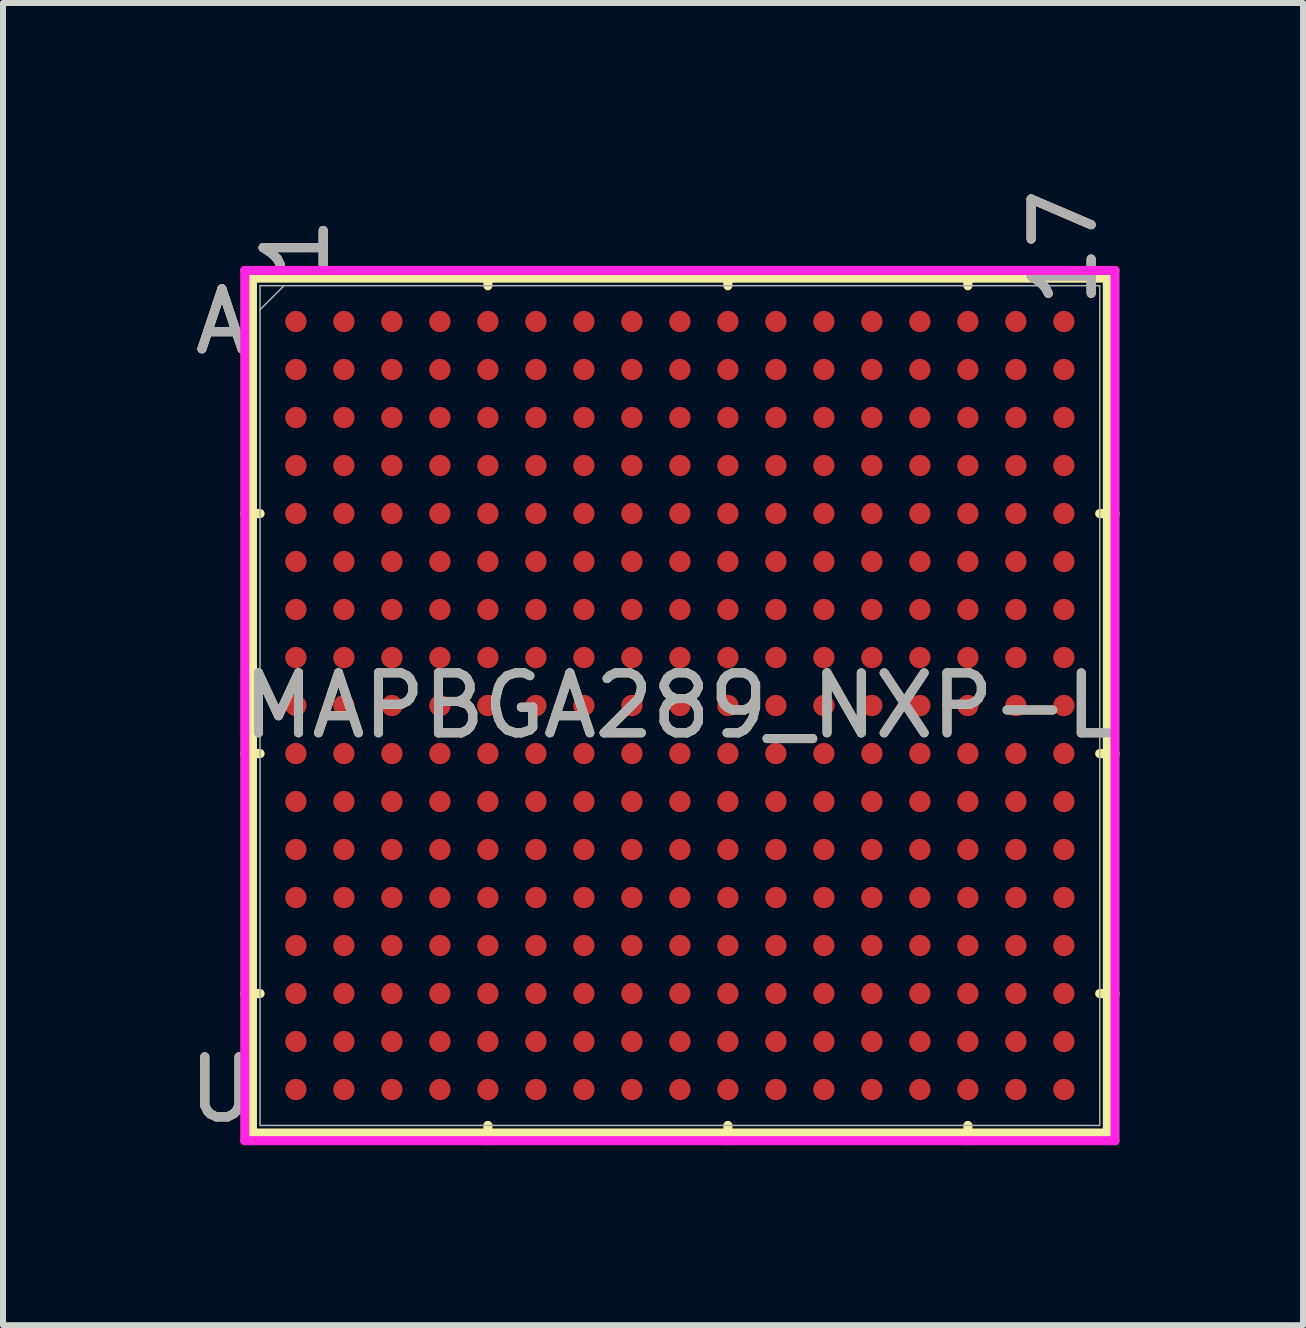
<source format=kicad_pcb>
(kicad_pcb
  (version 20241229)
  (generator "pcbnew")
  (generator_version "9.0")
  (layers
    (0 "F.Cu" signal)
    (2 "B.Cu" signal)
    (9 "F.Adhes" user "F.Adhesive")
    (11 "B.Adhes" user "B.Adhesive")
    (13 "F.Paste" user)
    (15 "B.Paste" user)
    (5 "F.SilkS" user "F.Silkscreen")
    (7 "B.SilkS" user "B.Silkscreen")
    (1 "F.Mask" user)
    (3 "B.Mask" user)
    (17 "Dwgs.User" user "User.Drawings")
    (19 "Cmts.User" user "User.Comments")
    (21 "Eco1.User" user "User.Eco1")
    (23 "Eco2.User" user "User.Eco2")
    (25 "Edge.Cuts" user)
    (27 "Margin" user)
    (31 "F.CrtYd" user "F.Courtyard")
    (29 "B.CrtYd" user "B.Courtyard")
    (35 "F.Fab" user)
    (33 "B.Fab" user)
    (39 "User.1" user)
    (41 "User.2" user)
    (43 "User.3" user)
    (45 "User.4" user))
  (footprint "MAPBGA289_NXP-L"
    (layer "F.Cu")
    (at 8.282 8.71)
    (property "Reference" "MAPBGA289_NXP-L" (at 0 0 0) (unlocked yes) (layer "F.SilkS") (effects (font (size 1 1) (thickness 0.15))))
    (attr smd)
    (fp_line (start -7.125 -7.125) (end -7.125 7.125) (stroke (width 0.152) (type solid)) (layer "F.SilkS"))
    (fp_line (start -7.125 7.125) (end 7.125 7.125) (stroke (width 0.152) (type solid)) (layer "F.SilkS"))
    (fp_line (start -6.998 -3.2) (end -7.252 -3.2) (stroke (width 0.152) (type solid)) (layer "F.SilkS"))
    (fp_line (start -6.998 0.8) (end -7.252 0.8) (stroke (width 0.152) (type solid)) (layer "F.SilkS"))
    (fp_line (start -6.998 4.8) (end -7.252 4.8) (stroke (width 0.152) (type solid)) (layer "F.SilkS"))
    (fp_line (start -3.2 -6.998) (end -3.2 -7.252) (stroke (width 0.152) (type solid)) (layer "F.SilkS"))
    (fp_line (start -3.2 6.998) (end -3.2 7.252) (stroke (width 0.152) (type solid)) (layer "F.SilkS"))
    (fp_line (start 0.8 -6.998) (end 0.8 -7.252) (stroke (width 0.152) (type solid)) (layer "F.SilkS"))
    (fp_line (start 0.8 6.998) (end 0.8 7.252) (stroke (width 0.152) (type solid)) (layer "F.SilkS"))
    (fp_line (start 4.8 -6.998) (end 4.8 -7.252) (stroke (width 0.152) (type solid)) (layer "F.SilkS"))
    (fp_line (start 4.8 6.998) (end 4.8 7.252) (stroke (width 0.152) (type solid)) (layer "F.SilkS"))
    (fp_line (start 6.998 -3.2) (end 7.252 -3.2) (stroke (width 0.152) (type solid)) (layer "F.SilkS"))
    (fp_line (start 6.998 0.8) (end 7.252 0.8) (stroke (width 0.152) (type solid)) (layer "F.SilkS"))
    (fp_line (start 6.998 4.8) (end 7.252 4.8) (stroke (width 0.152) (type solid)) (layer "F.SilkS"))
    (fp_line (start 7.125 -7.125) (end -7.125 -7.125) (stroke (width 0.152) (type solid)) (layer "F.SilkS"))
    (fp_line (start 7.125 7.125) (end 7.125 -7.125) (stroke (width 0.152) (type solid)) (layer "F.SilkS"))
    (fp_poly (pts (xy -7.245 -7.245) (xy 7.245 -7.245) (xy 7.245 7.245) (xy -7.245 7.245)) (stroke (width 0.1) (type solid)) (fill no) (layer "Eco2.User"))
    (fp_line (start -7.252 -7.252) (end 7.252 -7.252) (stroke (width 0.152) (type solid)) (layer "F.CrtYd"))
    (fp_line (start -7.252 7.252) (end -7.252 -7.252) (stroke (width 0.152) (type solid)) (layer "F.CrtYd"))
    (fp_line (start 7.252 -7.252) (end 7.252 7.252) (stroke (width 0.152) (type solid)) (layer "F.CrtYd"))
    (fp_line (start 7.252 7.252) (end -7.252 7.252) (stroke (width 0.152) (type solid)) (layer "F.CrtYd"))
    (fp_line (start -6.998 -6.998) (end -6.998 6.998) (stroke (width 0.025) (type solid)) (layer "F.Fab"))
    (fp_line (start -6.998 6.998) (end 6.998 6.998) (stroke (width 0.025) (type solid)) (layer "F.Fab"))
    (fp_line (start -6.598 -6.998) (end -6.998 -6.598) (stroke (width 0.025) (type solid)) (layer "F.Fab"))
    (fp_line (start 6.998 -6.998) (end -6.998 -6.998) (stroke (width 0.025) (type solid)) (layer "F.Fab"))
    (fp_line (start 6.998 6.998) (end 6.998 -6.998) (stroke (width 0.025) (type solid)) (layer "F.Fab"))
    (fp_text user "U" (at -7.633 6.4 0) (unlocked yes) (layer "F.SilkS") (effects (font (size 1 1) (thickness 0.15))))
    (fp_text user "17" (at 6.4 -7.633 90) (unlocked yes) (layer "F.SilkS") (effects (font (size 1 1) (thickness 0.15))))
    (fp_text user "A" (at -7.633 -6.4 0) (unlocked yes) (layer "F.SilkS") (effects (font (size 1 1) (thickness 0.15))))
    (fp_text user "1" (at -6.4 -7.633 90) (unlocked yes) (layer "F.SilkS") (effects (font (size 1 1) (thickness 0.15))))
    (fp_text user "A" (at -7.633 -6.4 0) (unlocked yes) (layer "B.SilkS") (effects (font (size 1 1) (thickness 0.15))))
    (fp_text user "U" (at -7.633 6.4 0) (unlocked yes) (layer "B.SilkS") (effects (font (size 1 1) (thickness 0.15))))
    (fp_text user "17" (at 6.4 -7.633 90) (unlocked yes) (layer "B.SilkS") (effects (font (size 1 1) (thickness 0.15))))
    (fp_text user "1" (at -6.4 -7.633 90) (unlocked yes) (layer "B.SilkS") (effects (font (size 1 1) (thickness 0.15))))
    (fp_text user "17" (at 6.4 -7.633 90) (unlocked yes) (layer "F.Fab") (effects (font (size 1 1) (thickness 0.15))))
    (fp_text user "${REFERENCE}" (at 0 0 0) (unlocked yes) (layer "F.Fab") (effects (font (size 1 1) (thickness 0.15))))
    (fp_text user "A" (at -7.633 -6.4 0) (unlocked yes) (layer "F.Fab") (effects (font (size 1 1) (thickness 0.15))))
    (fp_text user "U" (at -7.633 6.4 0) (unlocked yes) (layer "F.Fab") (effects (font (size 1 1) (thickness 0.15))))
    (fp_text user "1" (at -6.4 -7.633 90) (unlocked yes) (layer "F.Fab") (effects (font (size 1 1) (thickness 0.15))))
    (pad "A1" smd circle (at -6.4 -6.4) (size 0.356 0.356) (layers "F.Cu" "F.Mask" "F.Paste"))
    (pad "A2" smd circle (at -5.6 -6.4) (size 0.356 0.356) (layers "F.Cu" "F.Mask" "F.Paste"))
    (pad "A3" smd circle (at -4.8 -6.4) (size 0.356 0.356) (layers "F.Cu" "F.Mask" "F.Paste"))
    (pad "A4" smd circle (at -4 -6.4) (size 0.356 0.356) (layers "F.Cu" "F.Mask" "F.Paste"))
    (pad "A5" smd circle (at -3.2 -6.4) (size 0.356 0.356) (layers "F.Cu" "F.Mask" "F.Paste"))
    (pad "A6" smd circle (at -2.4 -6.4) (size 0.356 0.356) (layers "F.Cu" "F.Mask" "F.Paste"))
    (pad "A7" smd circle (at -1.6 -6.4) (size 0.356 0.356) (layers "F.Cu" "F.Mask" "F.Paste"))
    (pad "A8" smd circle (at -0.8 -6.4) (size 0.356 0.356) (layers "F.Cu" "F.Mask" "F.Paste"))
    (pad "A9" smd circle (at 0 -6.4) (size 0.356 0.356) (layers "F.Cu" "F.Mask" "F.Paste"))
    (pad "A10" smd circle (at 0.8 -6.4) (size 0.356 0.356) (layers "F.Cu" "F.Mask" "F.Paste"))
    (pad "A11" smd circle (at 1.6 -6.4) (size 0.356 0.356) (layers "F.Cu" "F.Mask" "F.Paste"))
    (pad "A12" smd circle (at 2.4 -6.4) (size 0.356 0.356) (layers "F.Cu" "F.Mask" "F.Paste"))
    (pad "A13" smd circle (at 3.2 -6.4) (size 0.356 0.356) (layers "F.Cu" "F.Mask" "F.Paste"))
    (pad "A14" smd circle (at 4 -6.4) (size 0.356 0.356) (layers "F.Cu" "F.Mask" "F.Paste"))
    (pad "A15" smd circle (at 4.8 -6.4) (size 0.356 0.356) (layers "F.Cu" "F.Mask" "F.Paste"))
    (pad "A16" smd circle (at 5.6 -6.4) (size 0.356 0.356) (layers "F.Cu" "F.Mask" "F.Paste"))
    (pad "A17" smd circle (at 6.4 -6.4) (size 0.356 0.356) (layers "F.Cu" "F.Mask" "F.Paste"))
    (pad "B1" smd circle (at -6.4 -5.6) (size 0.356 0.356) (layers "F.Cu" "F.Mask" "F.Paste"))
    (pad "B2" smd circle (at -5.6 -5.6) (size 0.356 0.356) (layers "F.Cu" "F.Mask" "F.Paste"))
    (pad "B3" smd circle (at -4.8 -5.6) (size 0.356 0.356) (layers "F.Cu" "F.Mask" "F.Paste"))
    (pad "B4" smd circle (at -4 -5.6) (size 0.356 0.356) (layers "F.Cu" "F.Mask" "F.Paste"))
    (pad "B5" smd circle (at -3.2 -5.6) (size 0.356 0.356) (layers "F.Cu" "F.Mask" "F.Paste"))
    (pad "B6" smd circle (at -2.4 -5.6) (size 0.356 0.356) (layers "F.Cu" "F.Mask" "F.Paste"))
    (pad "B7" smd circle (at -1.6 -5.6) (size 0.356 0.356) (layers "F.Cu" "F.Mask" "F.Paste"))
    (pad "B8" smd circle (at -0.8 -5.6) (size 0.356 0.356) (layers "F.Cu" "F.Mask" "F.Paste"))
    (pad "B9" smd circle (at 0 -5.6) (size 0.356 0.356) (layers "F.Cu" "F.Mask" "F.Paste"))
    (pad "B10" smd circle (at 0.8 -5.6) (size 0.356 0.356) (layers "F.Cu" "F.Mask" "F.Paste"))
    (pad "B11" smd circle (at 1.6 -5.6) (size 0.356 0.356) (layers "F.Cu" "F.Mask" "F.Paste"))
    (pad "B12" smd circle (at 2.4 -5.6) (size 0.356 0.356) (layers "F.Cu" "F.Mask" "F.Paste"))
    (pad "B13" smd circle (at 3.2 -5.6) (size 0.356 0.356) (layers "F.Cu" "F.Mask" "F.Paste"))
    (pad "B14" smd circle (at 4 -5.6) (size 0.356 0.356) (layers "F.Cu" "F.Mask" "F.Paste"))
    (pad "B15" smd circle (at 4.8 -5.6) (size 0.356 0.356) (layers "F.Cu" "F.Mask" "F.Paste"))
    (pad "B16" smd circle (at 5.6 -5.6) (size 0.356 0.356) (layers "F.Cu" "F.Mask" "F.Paste"))
    (pad "B17" smd circle (at 6.4 -5.6) (size 0.356 0.356) (layers "F.Cu" "F.Mask" "F.Paste"))
    (pad "C1" smd circle (at -6.4 -4.8) (size 0.356 0.356) (layers "F.Cu" "F.Mask" "F.Paste"))
    (pad "C2" smd circle (at -5.6 -4.8) (size 0.356 0.356) (layers "F.Cu" "F.Mask" "F.Paste"))
    (pad "C3" smd circle (at -4.8 -4.8) (size 0.356 0.356) (layers "F.Cu" "F.Mask" "F.Paste"))
    (pad "C4" smd circle (at -4 -4.8) (size 0.356 0.356) (layers "F.Cu" "F.Mask" "F.Paste"))
    (pad "C5" smd circle (at -3.2 -4.8) (size 0.356 0.356) (layers "F.Cu" "F.Mask" "F.Paste"))
    (pad "C6" smd circle (at -2.4 -4.8) (size 0.356 0.356) (layers "F.Cu" "F.Mask" "F.Paste"))
    (pad "C7" smd circle (at -1.6 -4.8) (size 0.356 0.356) (layers "F.Cu" "F.Mask" "F.Paste"))
    (pad "C8" smd circle (at -0.8 -4.8) (size 0.356 0.356) (layers "F.Cu" "F.Mask" "F.Paste"))
    (pad "C9" smd circle (at 0 -4.8) (size 0.356 0.356) (layers "F.Cu" "F.Mask" "F.Paste"))
    (pad "C10" smd circle (at 0.8 -4.8) (size 0.356 0.356) (layers "F.Cu" "F.Mask" "F.Paste"))
    (pad "C11" smd circle (at 1.6 -4.8) (size 0.356 0.356) (layers "F.Cu" "F.Mask" "F.Paste"))
    (pad "C12" smd circle (at 2.4 -4.8) (size 0.356 0.356) (layers "F.Cu" "F.Mask" "F.Paste"))
    (pad "C13" smd circle (at 3.2 -4.8) (size 0.356 0.356) (layers "F.Cu" "F.Mask" "F.Paste"))
    (pad "C14" smd circle (at 4 -4.8) (size 0.356 0.356) (layers "F.Cu" "F.Mask" "F.Paste"))
    (pad "C15" smd circle (at 4.8 -4.8) (size 0.356 0.356) (layers "F.Cu" "F.Mask" "F.Paste"))
    (pad "C16" smd circle (at 5.6 -4.8) (size 0.356 0.356) (layers "F.Cu" "F.Mask" "F.Paste"))
    (pad "C17" smd circle (at 6.4 -4.8) (size 0.356 0.356) (layers "F.Cu" "F.Mask" "F.Paste"))
    (pad "D1" smd circle (at -6.4 -4) (size 0.356 0.356) (layers "F.Cu" "F.Mask" "F.Paste"))
    (pad "D2" smd circle (at -5.6 -4) (size 0.356 0.356) (layers "F.Cu" "F.Mask" "F.Paste"))
    (pad "D3" smd circle (at -4.8 -4) (size 0.356 0.356) (layers "F.Cu" "F.Mask" "F.Paste"))
    (pad "D4" smd circle (at -4 -4) (size 0.356 0.356) (layers "F.Cu" "F.Mask" "F.Paste"))
    (pad "D5" smd circle (at -3.2 -4) (size 0.356 0.356) (layers "F.Cu" "F.Mask" "F.Paste"))
    (pad "D6" smd circle (at -2.4 -4) (size 0.356 0.356) (layers "F.Cu" "F.Mask" "F.Paste"))
    (pad "D7" smd circle (at -1.6 -4) (size 0.356 0.356) (layers "F.Cu" "F.Mask" "F.Paste"))
    (pad "D8" smd circle (at -0.8 -4) (size 0.356 0.356) (layers "F.Cu" "F.Mask" "F.Paste"))
    (pad "D9" smd circle (at 0 -4) (size 0.356 0.356) (layers "F.Cu" "F.Mask" "F.Paste"))
    (pad "D10" smd circle (at 0.8 -4) (size 0.356 0.356) (layers "F.Cu" "F.Mask" "F.Paste"))
    (pad "D11" smd circle (at 1.6 -4) (size 0.356 0.356) (layers "F.Cu" "F.Mask" "F.Paste"))
    (pad "D12" smd circle (at 2.4 -4) (size 0.356 0.356) (layers "F.Cu" "F.Mask" "F.Paste"))
    (pad "D13" smd circle (at 3.2 -4) (size 0.356 0.356) (layers "F.Cu" "F.Mask" "F.Paste"))
    (pad "D14" smd circle (at 4 -4) (size 0.356 0.356) (layers "F.Cu" "F.Mask" "F.Paste"))
    (pad "D15" smd circle (at 4.8 -4) (size 0.356 0.356) (layers "F.Cu" "F.Mask" "F.Paste"))
    (pad "D16" smd circle (at 5.6 -4) (size 0.356 0.356) (layers "F.Cu" "F.Mask" "F.Paste"))
    (pad "D17" smd circle (at 6.4 -4) (size 0.356 0.356) (layers "F.Cu" "F.Mask" "F.Paste"))
    (pad "E1" smd circle (at -6.4 -3.2) (size 0.356 0.356) (layers "F.Cu" "F.Mask" "F.Paste"))
    (pad "E2" smd circle (at -5.6 -3.2) (size 0.356 0.356) (layers "F.Cu" "F.Mask" "F.Paste"))
    (pad "E3" smd circle (at -4.8 -3.2) (size 0.356 0.356) (layers "F.Cu" "F.Mask" "F.Paste"))
    (pad "E4" smd circle (at -4 -3.2) (size 0.356 0.356) (layers "F.Cu" "F.Mask" "F.Paste"))
    (pad "E5" smd circle (at -3.2 -3.2) (size 0.356 0.356) (layers "F.Cu" "F.Mask" "F.Paste"))
    (pad "E6" smd circle (at -2.4 -3.2) (size 0.356 0.356) (layers "F.Cu" "F.Mask" "F.Paste"))
    (pad "E7" smd circle (at -1.6 -3.2) (size 0.356 0.356) (layers "F.Cu" "F.Mask" "F.Paste"))
    (pad "E8" smd circle (at -0.8 -3.2) (size 0.356 0.356) (layers "F.Cu" "F.Mask" "F.Paste"))
    (pad "E9" smd circle (at 0 -3.2) (size 0.356 0.356) (layers "F.Cu" "F.Mask" "F.Paste"))
    (pad "E10" smd circle (at 0.8 -3.2) (size 0.356 0.356) (layers "F.Cu" "F.Mask" "F.Paste"))
    (pad "E11" smd circle (at 1.6 -3.2) (size 0.356 0.356) (layers "F.Cu" "F.Mask" "F.Paste"))
    (pad "E12" smd circle (at 2.4 -3.2) (size 0.356 0.356) (layers "F.Cu" "F.Mask" "F.Paste"))
    (pad "E13" smd circle (at 3.2 -3.2) (size 0.356 0.356) (layers "F.Cu" "F.Mask" "F.Paste"))
    (pad "E14" smd circle (at 4 -3.2) (size 0.356 0.356) (layers "F.Cu" "F.Mask" "F.Paste"))
    (pad "E15" smd circle (at 4.8 -3.2) (size 0.356 0.356) (layers "F.Cu" "F.Mask" "F.Paste"))
    (pad "E16" smd circle (at 5.6 -3.2) (size 0.356 0.356) (layers "F.Cu" "F.Mask" "F.Paste"))
    (pad "E17" smd circle (at 6.4 -3.2) (size 0.356 0.356) (layers "F.Cu" "F.Mask" "F.Paste"))
    (pad "F1" smd circle (at -6.4 -2.4) (size 0.356 0.356) (layers "F.Cu" "F.Mask" "F.Paste"))
    (pad "F2" smd circle (at -5.6 -2.4) (size 0.356 0.356) (layers "F.Cu" "F.Mask" "F.Paste"))
    (pad "F3" smd circle (at -4.8 -2.4) (size 0.356 0.356) (layers "F.Cu" "F.Mask" "F.Paste"))
    (pad "F4" smd circle (at -4 -2.4) (size 0.356 0.356) (layers "F.Cu" "F.Mask" "F.Paste"))
    (pad "F5" smd circle (at -3.2 -2.4) (size 0.356 0.356) (layers "F.Cu" "F.Mask" "F.Paste"))
    (pad "F6" smd circle (at -2.4 -2.4) (size 0.356 0.356) (layers "F.Cu" "F.Mask" "F.Paste"))
    (pad "F7" smd circle (at -1.6 -2.4) (size 0.356 0.356) (layers "F.Cu" "F.Mask" "F.Paste"))
    (pad "F8" smd circle (at -0.8 -2.4) (size 0.356 0.356) (layers "F.Cu" "F.Mask" "F.Paste"))
    (pad "F9" smd circle (at 0 -2.4) (size 0.356 0.356) (layers "F.Cu" "F.Mask" "F.Paste"))
    (pad "F10" smd circle (at 0.8 -2.4) (size 0.356 0.356) (layers "F.Cu" "F.Mask" "F.Paste"))
    (pad "F11" smd circle (at 1.6 -2.4) (size 0.356 0.356) (layers "F.Cu" "F.Mask" "F.Paste"))
    (pad "F12" smd circle (at 2.4 -2.4) (size 0.356 0.356) (layers "F.Cu" "F.Mask" "F.Paste"))
    (pad "F13" smd circle (at 3.2 -2.4) (size 0.356 0.356) (layers "F.Cu" "F.Mask" "F.Paste"))
    (pad "F14" smd circle (at 4 -2.4) (size 0.356 0.356) (layers "F.Cu" "F.Mask" "F.Paste"))
    (pad "F15" smd circle (at 4.8 -2.4) (size 0.356 0.356) (layers "F.Cu" "F.Mask" "F.Paste"))
    (pad "F16" smd circle (at 5.6 -2.4) (size 0.356 0.356) (layers "F.Cu" "F.Mask" "F.Paste"))
    (pad "F17" smd circle (at 6.4 -2.4) (size 0.356 0.356) (layers "F.Cu" "F.Mask" "F.Paste"))
    (pad "G1" smd circle (at -6.4 -1.6) (size 0.356 0.356) (layers "F.Cu" "F.Mask" "F.Paste"))
    (pad "G2" smd circle (at -5.6 -1.6) (size 0.356 0.356) (layers "F.Cu" "F.Mask" "F.Paste"))
    (pad "G3" smd circle (at -4.8 -1.6) (size 0.356 0.356) (layers "F.Cu" "F.Mask" "F.Paste"))
    (pad "G4" smd circle (at -4 -1.6) (size 0.356 0.356) (layers "F.Cu" "F.Mask" "F.Paste"))
    (pad "G5" smd circle (at -3.2 -1.6) (size 0.356 0.356) (layers "F.Cu" "F.Mask" "F.Paste"))
    (pad "G6" smd circle (at -2.4 -1.6) (size 0.356 0.356) (layers "F.Cu" "F.Mask" "F.Paste"))
    (pad "G7" smd circle (at -1.6 -1.6) (size 0.356 0.356) (layers "F.Cu" "F.Mask" "F.Paste"))
    (pad "G8" smd circle (at -0.8 -1.6) (size 0.356 0.356) (layers "F.Cu" "F.Mask" "F.Paste"))
    (pad "G9" smd circle (at 0 -1.6) (size 0.356 0.356) (layers "F.Cu" "F.Mask" "F.Paste"))
    (pad "G10" smd circle (at 0.8 -1.6) (size 0.356 0.356) (layers "F.Cu" "F.Mask" "F.Paste"))
    (pad "G11" smd circle (at 1.6 -1.6) (size 0.356 0.356) (layers "F.Cu" "F.Mask" "F.Paste"))
    (pad "G12" smd circle (at 2.4 -1.6) (size 0.356 0.356) (layers "F.Cu" "F.Mask" "F.Paste"))
    (pad "G13" smd circle (at 3.2 -1.6) (size 0.356 0.356) (layers "F.Cu" "F.Mask" "F.Paste"))
    (pad "G14" smd circle (at 4 -1.6) (size 0.356 0.356) (layers "F.Cu" "F.Mask" "F.Paste"))
    (pad "G15" smd circle (at 4.8 -1.6) (size 0.356 0.356) (layers "F.Cu" "F.Mask" "F.Paste"))
    (pad "G16" smd circle (at 5.6 -1.6) (size 0.356 0.356) (layers "F.Cu" "F.Mask" "F.Paste"))
    (pad "G17" smd circle (at 6.4 -1.6) (size 0.356 0.356) (layers "F.Cu" "F.Mask" "F.Paste"))
    (pad "H1" smd circle (at -6.4 -0.8) (size 0.356 0.356) (layers "F.Cu" "F.Mask" "F.Paste"))
    (pad "H2" smd circle (at -5.6 -0.8) (size 0.356 0.356) (layers "F.Cu" "F.Mask" "F.Paste"))
    (pad "H3" smd circle (at -4.8 -0.8) (size 0.356 0.356) (layers "F.Cu" "F.Mask" "F.Paste"))
    (pad "H4" smd circle (at -4 -0.8) (size 0.356 0.356) (layers "F.Cu" "F.Mask" "F.Paste"))
    (pad "H5" smd circle (at -3.2 -0.8) (size 0.356 0.356) (layers "F.Cu" "F.Mask" "F.Paste"))
    (pad "H6" smd circle (at -2.4 -0.8) (size 0.356 0.356) (layers "F.Cu" "F.Mask" "F.Paste"))
    (pad "H7" smd circle (at -1.6 -0.8) (size 0.356 0.356) (layers "F.Cu" "F.Mask" "F.Paste"))
    (pad "H8" smd circle (at -0.8 -0.8) (size 0.356 0.356) (layers "F.Cu" "F.Mask" "F.Paste"))
    (pad "H9" smd circle (at 0 -0.8) (size 0.356 0.356) (layers "F.Cu" "F.Mask" "F.Paste"))
    (pad "H10" smd circle (at 0.8 -0.8) (size 0.356 0.356) (layers "F.Cu" "F.Mask" "F.Paste"))
    (pad "H11" smd circle (at 1.6 -0.8) (size 0.356 0.356) (layers "F.Cu" "F.Mask" "F.Paste"))
    (pad "H12" smd circle (at 2.4 -0.8) (size 0.356 0.356) (layers "F.Cu" "F.Mask" "F.Paste"))
    (pad "H13" smd circle (at 3.2 -0.8) (size 0.356 0.356) (layers "F.Cu" "F.Mask" "F.Paste"))
    (pad "H14" smd circle (at 4 -0.8) (size 0.356 0.356) (layers "F.Cu" "F.Mask" "F.Paste"))
    (pad "H15" smd circle (at 4.8 -0.8) (size 0.356 0.356) (layers "F.Cu" "F.Mask" "F.Paste"))
    (pad "H16" smd circle (at 5.6 -0.8) (size 0.356 0.356) (layers "F.Cu" "F.Mask" "F.Paste"))
    (pad "H17" smd circle (at 6.4 -0.8) (size 0.356 0.356) (layers "F.Cu" "F.Mask" "F.Paste"))
    (pad "J1" smd circle (at -6.4 0) (size 0.356 0.356) (layers "F.Cu" "F.Mask" "F.Paste"))
    (pad "J2" smd circle (at -5.6 0) (size 0.356 0.356) (layers "F.Cu" "F.Mask" "F.Paste"))
    (pad "J3" smd circle (at -4.8 0) (size 0.356 0.356) (layers "F.Cu" "F.Mask" "F.Paste"))
    (pad "J4" smd circle (at -4 0) (size 0.356 0.356) (layers "F.Cu" "F.Mask" "F.Paste"))
    (pad "J5" smd circle (at -3.2 0) (size 0.356 0.356) (layers "F.Cu" "F.Mask" "F.Paste"))
    (pad "J6" smd circle (at -2.4 0) (size 0.356 0.356) (layers "F.Cu" "F.Mask" "F.Paste"))
    (pad "J7" smd circle (at -1.6 0) (size 0.356 0.356) (layers "F.Cu" "F.Mask" "F.Paste"))
    (pad "J8" smd circle (at -0.8 0) (size 0.356 0.356) (layers "F.Cu" "F.Mask" "F.Paste"))
    (pad "J9" smd circle (at 0 0) (size 0.356 0.356) (layers "F.Cu" "F.Mask" "F.Paste"))
    (pad "J10" smd circle (at 0.8 0) (size 0.356 0.356) (layers "F.Cu" "F.Mask" "F.Paste"))
    (pad "J11" smd circle (at 1.6 0) (size 0.356 0.356) (layers "F.Cu" "F.Mask" "F.Paste"))
    (pad "J12" smd circle (at 2.4 0) (size 0.356 0.356) (layers "F.Cu" "F.Mask" "F.Paste"))
    (pad "J13" smd circle (at 3.2 0) (size 0.356 0.356) (layers "F.Cu" "F.Mask" "F.Paste"))
    (pad "J14" smd circle (at 4 0) (size 0.356 0.356) (layers "F.Cu" "F.Mask" "F.Paste"))
    (pad "J15" smd circle (at 4.8 0) (size 0.356 0.356) (layers "F.Cu" "F.Mask" "F.Paste"))
    (pad "J16" smd circle (at 5.6 0) (size 0.356 0.356) (layers "F.Cu" "F.Mask" "F.Paste"))
    (pad "J17" smd circle (at 6.4 0) (size 0.356 0.356) (layers "F.Cu" "F.Mask" "F.Paste"))
    (pad "K1" smd circle (at -6.4 0.8) (size 0.356 0.356) (layers "F.Cu" "F.Mask" "F.Paste"))
    (pad "K2" smd circle (at -5.6 0.8) (size 0.356 0.356) (layers "F.Cu" "F.Mask" "F.Paste"))
    (pad "K3" smd circle (at -4.8 0.8) (size 0.356 0.356) (layers "F.Cu" "F.Mask" "F.Paste"))
    (pad "K4" smd circle (at -4 0.8) (size 0.356 0.356) (layers "F.Cu" "F.Mask" "F.Paste"))
    (pad "K5" smd circle (at -3.2 0.8) (size 0.356 0.356) (layers "F.Cu" "F.Mask" "F.Paste"))
    (pad "K6" smd circle (at -2.4 0.8) (size 0.356 0.356) (layers "F.Cu" "F.Mask" "F.Paste"))
    (pad "K7" smd circle (at -1.6 0.8) (size 0.356 0.356) (layers "F.Cu" "F.Mask" "F.Paste"))
    (pad "K8" smd circle (at -0.8 0.8) (size 0.356 0.356) (layers "F.Cu" "F.Mask" "F.Paste"))
    (pad "K9" smd circle (at 0 0.8) (size 0.356 0.356) (layers "F.Cu" "F.Mask" "F.Paste"))
    (pad "K10" smd circle (at 0.8 0.8) (size 0.356 0.356) (layers "F.Cu" "F.Mask" "F.Paste"))
    (pad "K11" smd circle (at 1.6 0.8) (size 0.356 0.356) (layers "F.Cu" "F.Mask" "F.Paste"))
    (pad "K12" smd circle (at 2.4 0.8) (size 0.356 0.356) (layers "F.Cu" "F.Mask" "F.Paste"))
    (pad "K13" smd circle (at 3.2 0.8) (size 0.356 0.356) (layers "F.Cu" "F.Mask" "F.Paste"))
    (pad "K14" smd circle (at 4 0.8) (size 0.356 0.356) (layers "F.Cu" "F.Mask" "F.Paste"))
    (pad "K15" smd circle (at 4.8 0.8) (size 0.356 0.356) (layers "F.Cu" "F.Mask" "F.Paste"))
    (pad "K16" smd circle (at 5.6 0.8) (size 0.356 0.356) (layers "F.Cu" "F.Mask" "F.Paste"))
    (pad "K17" smd circle (at 6.4 0.8) (size 0.356 0.356) (layers "F.Cu" "F.Mask" "F.Paste"))
    (pad "L1" smd circle (at -6.4 1.6) (size 0.356 0.356) (layers "F.Cu" "F.Mask" "F.Paste"))
    (pad "L2" smd circle (at -5.6 1.6) (size 0.356 0.356) (layers "F.Cu" "F.Mask" "F.Paste"))
    (pad "L3" smd circle (at -4.8 1.6) (size 0.356 0.356) (layers "F.Cu" "F.Mask" "F.Paste"))
    (pad "L4" smd circle (at -4 1.6) (size 0.356 0.356) (layers "F.Cu" "F.Mask" "F.Paste"))
    (pad "L5" smd circle (at -3.2 1.6) (size 0.356 0.356) (layers "F.Cu" "F.Mask" "F.Paste"))
    (pad "L6" smd circle (at -2.4 1.6) (size 0.356 0.356) (layers "F.Cu" "F.Mask" "F.Paste"))
    (pad "L7" smd circle (at -1.6 1.6) (size 0.356 0.356) (layers "F.Cu" "F.Mask" "F.Paste"))
    (pad "L8" smd circle (at -0.8 1.6) (size 0.356 0.356) (layers "F.Cu" "F.Mask" "F.Paste"))
    (pad "L9" smd circle (at 0 1.6) (size 0.356 0.356) (layers "F.Cu" "F.Mask" "F.Paste"))
    (pad "L10" smd circle (at 0.8 1.6) (size 0.356 0.356) (layers "F.Cu" "F.Mask" "F.Paste"))
    (pad "L11" smd circle (at 1.6 1.6) (size 0.356 0.356) (layers "F.Cu" "F.Mask" "F.Paste"))
    (pad "L12" smd circle (at 2.4 1.6) (size 0.356 0.356) (layers "F.Cu" "F.Mask" "F.Paste"))
    (pad "L13" smd circle (at 3.2 1.6) (size 0.356 0.356) (layers "F.Cu" "F.Mask" "F.Paste"))
    (pad "L14" smd circle (at 4 1.6) (size 0.356 0.356) (layers "F.Cu" "F.Mask" "F.Paste"))
    (pad "L15" smd circle (at 4.8 1.6) (size 0.356 0.356) (layers "F.Cu" "F.Mask" "F.Paste"))
    (pad "L16" smd circle (at 5.6 1.6) (size 0.356 0.356) (layers "F.Cu" "F.Mask" "F.Paste"))
    (pad "L17" smd circle (at 6.4 1.6) (size 0.356 0.356) (layers "F.Cu" "F.Mask" "F.Paste"))
    (pad "M1" smd circle (at -6.4 2.4) (size 0.356 0.356) (layers "F.Cu" "F.Mask" "F.Paste"))
    (pad "M2" smd circle (at -5.6 2.4) (size 0.356 0.356) (layers "F.Cu" "F.Mask" "F.Paste"))
    (pad "M3" smd circle (at -4.8 2.4) (size 0.356 0.356) (layers "F.Cu" "F.Mask" "F.Paste"))
    (pad "M4" smd circle (at -4 2.4) (size 0.356 0.356) (layers "F.Cu" "F.Mask" "F.Paste"))
    (pad "M5" smd circle (at -3.2 2.4) (size 0.356 0.356) (layers "F.Cu" "F.Mask" "F.Paste"))
    (pad "M6" smd circle (at -2.4 2.4) (size 0.356 0.356) (layers "F.Cu" "F.Mask" "F.Paste"))
    (pad "M7" smd circle (at -1.6 2.4) (size 0.356 0.356) (layers "F.Cu" "F.Mask" "F.Paste"))
    (pad "M8" smd circle (at -0.8 2.4) (size 0.356 0.356) (layers "F.Cu" "F.Mask" "F.Paste"))
    (pad "M9" smd circle (at 0 2.4) (size 0.356 0.356) (layers "F.Cu" "F.Mask" "F.Paste"))
    (pad "M10" smd circle (at 0.8 2.4) (size 0.356 0.356) (layers "F.Cu" "F.Mask" "F.Paste"))
    (pad "M11" smd circle (at 1.6 2.4) (size 0.356 0.356) (layers "F.Cu" "F.Mask" "F.Paste"))
    (pad "M12" smd circle (at 2.4 2.4) (size 0.356 0.356) (layers "F.Cu" "F.Mask" "F.Paste"))
    (pad "M13" smd circle (at 3.2 2.4) (size 0.356 0.356) (layers "F.Cu" "F.Mask" "F.Paste"))
    (pad "M14" smd circle (at 4 2.4) (size 0.356 0.356) (layers "F.Cu" "F.Mask" "F.Paste"))
    (pad "M15" smd circle (at 4.8 2.4) (size 0.356 0.356) (layers "F.Cu" "F.Mask" "F.Paste"))
    (pad "M16" smd circle (at 5.6 2.4) (size 0.356 0.356) (layers "F.Cu" "F.Mask" "F.Paste"))
    (pad "M17" smd circle (at 6.4 2.4) (size 0.356 0.356) (layers "F.Cu" "F.Mask" "F.Paste"))
    (pad "N1" smd circle (at -6.4 3.2) (size 0.356 0.356) (layers "F.Cu" "F.Mask" "F.Paste"))
    (pad "N2" smd circle (at -5.6 3.2) (size 0.356 0.356) (layers "F.Cu" "F.Mask" "F.Paste"))
    (pad "N3" smd circle (at -4.8 3.2) (size 0.356 0.356) (layers "F.Cu" "F.Mask" "F.Paste"))
    (pad "N4" smd circle (at -4 3.2) (size 0.356 0.356) (layers "F.Cu" "F.Mask" "F.Paste"))
    (pad "N5" smd circle (at -3.2 3.2) (size 0.356 0.356) (layers "F.Cu" "F.Mask" "F.Paste"))
    (pad "N6" smd circle (at -2.4 3.2) (size 0.356 0.356) (layers "F.Cu" "F.Mask" "F.Paste"))
    (pad "N7" smd circle (at -1.6 3.2) (size 0.356 0.356) (layers "F.Cu" "F.Mask" "F.Paste"))
    (pad "N8" smd circle (at -0.8 3.2) (size 0.356 0.356) (layers "F.Cu" "F.Mask" "F.Paste"))
    (pad "N9" smd circle (at 0 3.2) (size 0.356 0.356) (layers "F.Cu" "F.Mask" "F.Paste"))
    (pad "N10" smd circle (at 0.8 3.2) (size 0.356 0.356) (layers "F.Cu" "F.Mask" "F.Paste"))
    (pad "N11" smd circle (at 1.6 3.2) (size 0.356 0.356) (layers "F.Cu" "F.Mask" "F.Paste"))
    (pad "N12" smd circle (at 2.4 3.2) (size 0.356 0.356) (layers "F.Cu" "F.Mask" "F.Paste"))
    (pad "N13" smd circle (at 3.2 3.2) (size 0.356 0.356) (layers "F.Cu" "F.Mask" "F.Paste"))
    (pad "N14" smd circle (at 4 3.2) (size 0.356 0.356) (layers "F.Cu" "F.Mask" "F.Paste"))
    (pad "N15" smd circle (at 4.8 3.2) (size 0.356 0.356) (layers "F.Cu" "F.Mask" "F.Paste"))
    (pad "N16" smd circle (at 5.6 3.2) (size 0.356 0.356) (layers "F.Cu" "F.Mask" "F.Paste"))
    (pad "N17" smd circle (at 6.4 3.2) (size 0.356 0.356) (layers "F.Cu" "F.Mask" "F.Paste"))
    (pad "P1" smd circle (at -6.4 4) (size 0.356 0.356) (layers "F.Cu" "F.Mask" "F.Paste"))
    (pad "P2" smd circle (at -5.6 4) (size 0.356 0.356) (layers "F.Cu" "F.Mask" "F.Paste"))
    (pad "P3" smd circle (at -4.8 4) (size 0.356 0.356) (layers "F.Cu" "F.Mask" "F.Paste"))
    (pad "P4" smd circle (at -4 4) (size 0.356 0.356) (layers "F.Cu" "F.Mask" "F.Paste"))
    (pad "P5" smd circle (at -3.2 4) (size 0.356 0.356) (layers "F.Cu" "F.Mask" "F.Paste"))
    (pad "P6" smd circle (at -2.4 4) (size 0.356 0.356) (layers "F.Cu" "F.Mask" "F.Paste"))
    (pad "P7" smd circle (at -1.6 4) (size 0.356 0.356) (layers "F.Cu" "F.Mask" "F.Paste"))
    (pad "P8" smd circle (at -0.8 4) (size 0.356 0.356) (layers "F.Cu" "F.Mask" "F.Paste"))
    (pad "P9" smd circle (at 0 4) (size 0.356 0.356) (layers "F.Cu" "F.Mask" "F.Paste"))
    (pad "P10" smd circle (at 0.8 4) (size 0.356 0.356) (layers "F.Cu" "F.Mask" "F.Paste"))
    (pad "P11" smd circle (at 1.6 4) (size 0.356 0.356) (layers "F.Cu" "F.Mask" "F.Paste"))
    (pad "P12" smd circle (at 2.4 4) (size 0.356 0.356) (layers "F.Cu" "F.Mask" "F.Paste"))
    (pad "P13" smd circle (at 3.2 4) (size 0.356 0.356) (layers "F.Cu" "F.Mask" "F.Paste"))
    (pad "P14" smd circle (at 4 4) (size 0.356 0.356) (layers "F.Cu" "F.Mask" "F.Paste"))
    (pad "P15" smd circle (at 4.8 4) (size 0.356 0.356) (layers "F.Cu" "F.Mask" "F.Paste"))
    (pad "P16" smd circle (at 5.6 4) (size 0.356 0.356) (layers "F.Cu" "F.Mask" "F.Paste"))
    (pad "P17" smd circle (at 6.4 4) (size 0.356 0.356) (layers "F.Cu" "F.Mask" "F.Paste"))
    (pad "R1" smd circle (at -6.4 4.8) (size 0.356 0.356) (layers "F.Cu" "F.Mask" "F.Paste"))
    (pad "R2" smd circle (at -5.6 4.8) (size 0.356 0.356) (layers "F.Cu" "F.Mask" "F.Paste"))
    (pad "R3" smd circle (at -4.8 4.8) (size 0.356 0.356) (layers "F.Cu" "F.Mask" "F.Paste"))
    (pad "R4" smd circle (at -4 4.8) (size 0.356 0.356) (layers "F.Cu" "F.Mask" "F.Paste"))
    (pad "R5" smd circle (at -3.2 4.8) (size 0.356 0.356) (layers "F.Cu" "F.Mask" "F.Paste"))
    (pad "R6" smd circle (at -2.4 4.8) (size 0.356 0.356) (layers "F.Cu" "F.Mask" "F.Paste"))
    (pad "R7" smd circle (at -1.6 4.8) (size 0.356 0.356) (layers "F.Cu" "F.Mask" "F.Paste"))
    (pad "R8" smd circle (at -0.8 4.8) (size 0.356 0.356) (layers "F.Cu" "F.Mask" "F.Paste"))
    (pad "R9" smd circle (at 0 4.8) (size 0.356 0.356) (layers "F.Cu" "F.Mask" "F.Paste"))
    (pad "R10" smd circle (at 0.8 4.8) (size 0.356 0.356) (layers "F.Cu" "F.Mask" "F.Paste"))
    (pad "R11" smd circle (at 1.6 4.8) (size 0.356 0.356) (layers "F.Cu" "F.Mask" "F.Paste"))
    (pad "R12" smd circle (at 2.4 4.8) (size 0.356 0.356) (layers "F.Cu" "F.Mask" "F.Paste"))
    (pad "R13" smd circle (at 3.2 4.8) (size 0.356 0.356) (layers "F.Cu" "F.Mask" "F.Paste"))
    (pad "R14" smd circle (at 4 4.8) (size 0.356 0.356) (layers "F.Cu" "F.Mask" "F.Paste"))
    (pad "R15" smd circle (at 4.8 4.8) (size 0.356 0.356) (layers "F.Cu" "F.Mask" "F.Paste"))
    (pad "R16" smd circle (at 5.6 4.8) (size 0.356 0.356) (layers "F.Cu" "F.Mask" "F.Paste"))
    (pad "R17" smd circle (at 6.4 4.8) (size 0.356 0.356) (layers "F.Cu" "F.Mask" "F.Paste"))
    (pad "T1" smd circle (at -6.4 5.6) (size 0.356 0.356) (layers "F.Cu" "F.Mask" "F.Paste"))
    (pad "T2" smd circle (at -5.6 5.6) (size 0.356 0.356) (layers "F.Cu" "F.Mask" "F.Paste"))
    (pad "T3" smd circle (at -4.8 5.6) (size 0.356 0.356) (layers "F.Cu" "F.Mask" "F.Paste"))
    (pad "T4" smd circle (at -4 5.6) (size 0.356 0.356) (layers "F.Cu" "F.Mask" "F.Paste"))
    (pad "T5" smd circle (at -3.2 5.6) (size 0.356 0.356) (layers "F.Cu" "F.Mask" "F.Paste"))
    (pad "T6" smd circle (at -2.4 5.6) (size 0.356 0.356) (layers "F.Cu" "F.Mask" "F.Paste"))
    (pad "T7" smd circle (at -1.6 5.6) (size 0.356 0.356) (layers "F.Cu" "F.Mask" "F.Paste"))
    (pad "T8" smd circle (at -0.8 5.6) (size 0.356 0.356) (layers "F.Cu" "F.Mask" "F.Paste"))
    (pad "T9" smd circle (at 0 5.6) (size 0.356 0.356) (layers "F.Cu" "F.Mask" "F.Paste"))
    (pad "T10" smd circle (at 0.8 5.6) (size 0.356 0.356) (layers "F.Cu" "F.Mask" "F.Paste"))
    (pad "T11" smd circle (at 1.6 5.6) (size 0.356 0.356) (layers "F.Cu" "F.Mask" "F.Paste"))
    (pad "T12" smd circle (at 2.4 5.6) (size 0.356 0.356) (layers "F.Cu" "F.Mask" "F.Paste"))
    (pad "T13" smd circle (at 3.2 5.6) (size 0.356 0.356) (layers "F.Cu" "F.Mask" "F.Paste"))
    (pad "T14" smd circle (at 4 5.6) (size 0.356 0.356) (layers "F.Cu" "F.Mask" "F.Paste"))
    (pad "T15" smd circle (at 4.8 5.6) (size 0.356 0.356) (layers "F.Cu" "F.Mask" "F.Paste"))
    (pad "T16" smd circle (at 5.6 5.6) (size 0.356 0.356) (layers "F.Cu" "F.Mask" "F.Paste"))
    (pad "T17" smd circle (at 6.4 5.6) (size 0.356 0.356) (layers "F.Cu" "F.Mask" "F.Paste"))
    (pad "U1" smd circle (at -6.4 6.4) (size 0.356 0.356) (layers "F.Cu" "F.Mask" "F.Paste"))
    (pad "U2" smd circle (at -5.6 6.4) (size 0.356 0.356) (layers "F.Cu" "F.Mask" "F.Paste"))
    (pad "U3" smd circle (at -4.8 6.4) (size 0.356 0.356) (layers "F.Cu" "F.Mask" "F.Paste"))
    (pad "U4" smd circle (at -4 6.4) (size 0.356 0.356) (layers "F.Cu" "F.Mask" "F.Paste"))
    (pad "U5" smd circle (at -3.2 6.4) (size 0.356 0.356) (layers "F.Cu" "F.Mask" "F.Paste"))
    (pad "U6" smd circle (at -2.4 6.4) (size 0.356 0.356) (layers "F.Cu" "F.Mask" "F.Paste"))
    (pad "U7" smd circle (at -1.6 6.4) (size 0.356 0.356) (layers "F.Cu" "F.Mask" "F.Paste"))
    (pad "U8" smd circle (at -0.8 6.4) (size 0.356 0.356) (layers "F.Cu" "F.Mask" "F.Paste"))
    (pad "U9" smd circle (at 0 6.4) (size 0.356 0.356) (layers "F.Cu" "F.Mask" "F.Paste"))
    (pad "U10" smd circle (at 0.8 6.4) (size 0.356 0.356) (layers "F.Cu" "F.Mask" "F.Paste"))
    (pad "U11" smd circle (at 1.6 6.4) (size 0.356 0.356) (layers "F.Cu" "F.Mask" "F.Paste"))
    (pad "U12" smd circle (at 2.4 6.4) (size 0.356 0.356) (layers "F.Cu" "F.Mask" "F.Paste"))
    (pad "U13" smd circle (at 3.2 6.4) (size 0.356 0.356) (layers "F.Cu" "F.Mask" "F.Paste"))
    (pad "U14" smd circle (at 4 6.4) (size 0.356 0.356) (layers "F.Cu" "F.Mask" "F.Paste"))
    (pad "U15" smd circle (at 4.8 6.4) (size 0.356 0.356) (layers "F.Cu" "F.Mask" "F.Paste"))
    (pad "U16" smd circle (at 5.6 6.4) (size 0.356 0.356) (layers "F.Cu" "F.Mask" "F.Paste"))
    (pad "U17" smd circle (at 6.4 6.4) (size 0.356 0.356) (layers "F.Cu" "F.Mask" "F.Paste")))
  (gr_rect
    (start -3 -3)
    (end 18.668 19.038)
    (stroke (width 0.1) (type default))
    (fill no)
    (layer "Edge.Cuts")))
</source>
